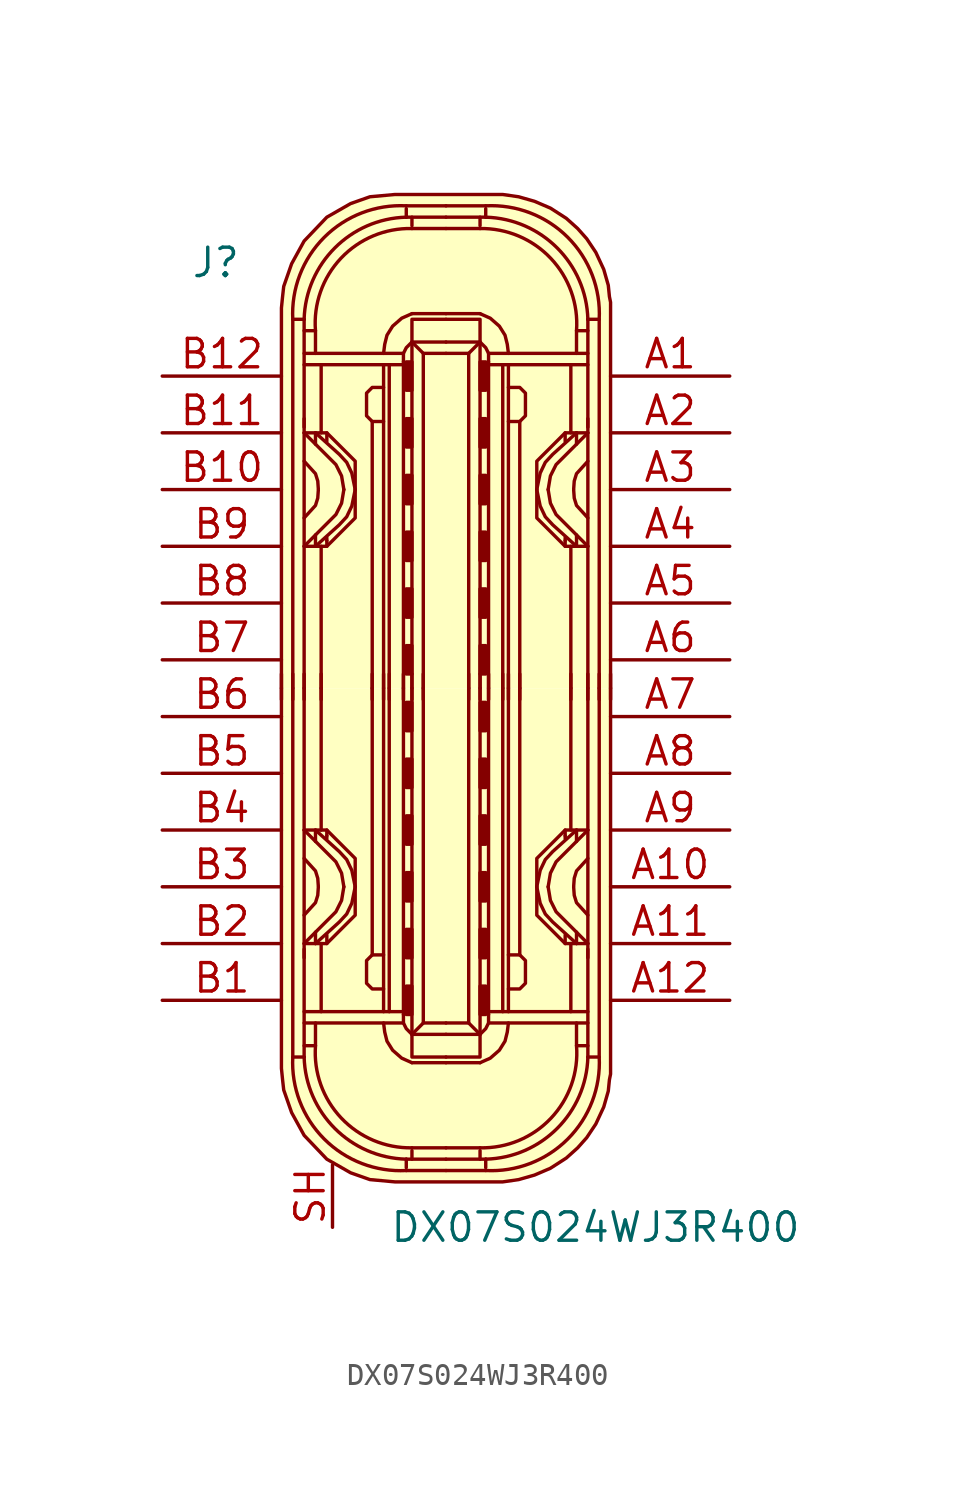
<source format=kicad_sym>
(kicad_symbol_lib
  (version 20201005)
  (generator kicad_symbol_editor)
  (symbol "DX07S024WJ3R400"
    (pin_names
      (offset 1.016))
    (property "Reference" "J"
      (at -11.43 19.05 0)
      (effects (font (size 1.27 1.27)) (justify left)))
    (property "Value" "DX07S024WJ3R400"
      (at -2.54 -24.13 0)
      (effects (font (size 1.27 1.27)) (justify left)))
    (symbol "DX07S024WJ3R400_1_1"
      (arc (start -1.778 -21.59) (end -6.858 -16.51) (radius (at -2.032 -16.764) (length 4.826) (angles -87 177)) (stroke (width 0)) (fill (type none)))
      (arc (start -6.858 16.51) (end -1.778 21.59) (radius (at -2.032 16.764) (length 4.826) (angles -177 87)) (stroke (width 0)) (fill (type none)))
      (arc (start -6.35 -16.51) (end -1.778 -21.082) (radius (at -1.651 -16.383) (length 4.699) (angles -178.5 -91.5)) (stroke (width 0)) (fill (type none)))
      (arc (start -1.778 21.082) (end -6.35 16.51) (radius (at -1.651 16.383) (length 4.699) (angles 91.5 178.5)) (stroke (width 0)) (fill (type none)))
      (arc (start -5.842 -16.002) (end -1.524 -20.574) (radius (at -1.6002 -16.3322) (length 4.2672) (angles 175.5 -89)) (stroke (width 0)) (fill (type none)))
      (arc (start -1.524 20.574) (end -5.842 16.002) (radius (at -1.6002 16.3322) (length 4.2672) (angles 89 -175.5)) (stroke (width 0)) (fill (type none)))
      (arc (start 1.524 -20.574) (end 5.842 -16.002) (radius (at 1.6002 -16.3322) (length 4.2672) (angles -91 4.5)) (stroke (width 0)) (fill (type none)))
      (arc (start 5.842 16.002) (end 1.524 20.574) (radius (at 1.6002 16.3322) (length 4.2672) (angles -4.5 91)) (stroke (width 0)) (fill (type none)))
      (arc (start 1.778 -21.082) (end 6.35 -16.51) (radius (at 1.651 -16.383) (length 4.699) (angles -88.5 -1.5)) (stroke (width 0)) (fill (type none)))
      (arc (start 6.35 16.51) (end 1.778 21.082) (radius (at 1.651 16.383) (length 4.699) (angles 1.5 88.5)) (stroke (width 0)) (fill (type none)))
      (arc (start 6.858 -16.51) (end 1.778 -21.59) (radius (at 2.032 -16.764) (length 4.826) (angles 3 -93)) (stroke (width 0)) (fill (type none)))
      (arc (start 1.778 21.59) (end 6.858 16.51) (radius (at 2.032 16.764) (length 4.826) (angles 93 -3)) (stroke (width 0)) (fill (type none)))
      (rectangle (start -1.778 -14.605) (end -1.524 -13.335) (stroke (width 0)) (fill (type outline)))
      (rectangle (start -1.778 -12.065) (end -1.524 -10.795) (stroke (width 0)) (fill (type outline)))
      (rectangle (start -1.778 -9.525) (end -1.524 -8.255) (stroke (width 0)) (fill (type outline)))
      (rectangle (start -1.778 -6.985) (end -1.524 -5.715) (stroke (width 0)) (fill (type outline)))
      (rectangle (start -1.778 -4.445) (end -1.524 -3.175) (stroke (width 0)) (fill (type outline)))
      (rectangle (start -1.778 -1.905) (end -1.524 -0.635) (stroke (width 0)) (fill (type outline)))
      (rectangle (start -1.778 1.905) (end -1.524 0.635) (stroke (width 0)) (fill (type outline)))
      (rectangle (start -1.778 4.445) (end -1.524 3.175) (stroke (width 0)) (fill (type outline)))
      (rectangle (start -1.778 6.985) (end -1.524 5.715) (stroke (width 0)) (fill (type outline)))
      (rectangle (start -1.778 9.525) (end -1.524 8.255) (stroke (width 0)) (fill (type outline)))
      (rectangle (start -1.778 12.065) (end -1.524 10.795) (stroke (width 0)) (fill (type outline)))
      (rectangle (start -1.778 14.605) (end -1.524 13.335) (stroke (width 0)) (fill (type outline)))
      (rectangle (start 1.778 -14.605) (end 1.524 -13.335) (stroke (width 0)) (fill (type outline)))
      (rectangle (start 1.778 -12.065) (end 1.524 -10.795) (stroke (width 0)) (fill (type outline)))
      (rectangle (start 1.778 -9.525) (end 1.524 -8.255) (stroke (width 0)) (fill (type outline)))
      (rectangle (start 1.778 -6.985) (end 1.524 -5.715) (stroke (width 0)) (fill (type outline)))
      (rectangle (start 1.778 -4.445) (end 1.524 -3.175) (stroke (width 0)) (fill (type outline)))
      (rectangle (start 1.778 -1.905) (end 1.524 -0.635) (stroke (width 0)) (fill (type outline)))
      (rectangle (start 1.778 1.905) (end 1.524 0.635) (stroke (width 0)) (fill (type outline)))
      (rectangle (start 1.778 4.445) (end 1.524 3.175) (stroke (width 0)) (fill (type outline)))
      (rectangle (start 1.778 6.985) (end 1.524 5.715) (stroke (width 0)) (fill (type outline)))
      (rectangle (start 1.778 9.525) (end 1.524 8.255) (stroke (width 0)) (fill (type outline)))
      (rectangle (start 1.778 12.065) (end 1.524 10.795) (stroke (width 0)) (fill (type outline)))
      (rectangle (start 1.778 14.605) (end 1.524 13.335) (stroke (width 0)) (fill (type outline)))
      (polyline (pts (xy -7.366 -0.508) (xy -7.366 0.635)) (stroke (width 0)) (fill (type none)))
      (polyline (pts (xy -6.858 -0.508) (xy -6.858 0.635)) (stroke (width 0)) (fill (type none)))
      (polyline (pts (xy -6.35 -14.986) (xy -1.905 -14.986)) (stroke (width 0)) (fill (type none)))
      (polyline (pts (xy -6.35 -12.065) (xy -6.35 0)) (stroke (width 0)) (fill (type none)))
      (polyline (pts (xy -6.35 -0.508) (xy -6.35 0.635)) (stroke (width 0)) (fill (type none)))
      (polyline (pts (xy -6.35 12.065) (xy -6.35 0)) (stroke (width 0)) (fill (type none)))
      (polyline (pts (xy -6.35 14.986) (xy -1.905 14.986)) (stroke (width 0)) (fill (type none)))
      (polyline (pts (xy -5.842 -11.43) (xy -5.842 -10.922)) (stroke (width 0)) (fill (type none)))
      (polyline (pts (xy -5.842 -6.35) (xy -5.842 -6.858)) (stroke (width 0)) (fill (type none)))
      (polyline (pts (xy -5.842 6.35) (xy -5.842 6.858)) (stroke (width 0)) (fill (type none)))
      (polyline (pts (xy -5.842 11.43) (xy -5.842 10.922)) (stroke (width 0)) (fill (type none)))
      (polyline (pts (xy -5.588 -14.478) (xy -5.588 -11.43)) (stroke (width 0)) (fill (type none)))
      (polyline (pts (xy -5.588 -6.35) (xy -5.588 0)) (stroke (width 0)) (fill (type none)))
      (polyline (pts (xy -5.588 -0.508) (xy -5.588 0.635)) (stroke (width 0)) (fill (type none)))
      (polyline (pts (xy -5.588 6.35) (xy -5.588 0)) (stroke (width 0)) (fill (type none)))
      (polyline (pts (xy -5.588 14.478) (xy -5.588 11.43)) (stroke (width 0)) (fill (type none)))
      (polyline (pts (xy -5.334 -11.43) (xy -5.334 -11.049)) (stroke (width 0)) (fill (type none)))
      (polyline (pts (xy -5.334 -6.604) (xy -5.334 -6.731)) (stroke (width 0)) (fill (type none)))
      (polyline (pts (xy -5.334 -6.35) (xy -5.334 -6.604)) (stroke (width 0)) (fill (type none)))
      (polyline (pts (xy -5.334 6.35) (xy -5.334 6.604)) (stroke (width 0)) (fill (type none)))
      (polyline (pts (xy -5.334 6.604) (xy -5.334 6.731)) (stroke (width 0)) (fill (type none)))
      (polyline (pts (xy -5.334 11.43) (xy -5.334 11.049)) (stroke (width 0)) (fill (type none)))
      (polyline (pts (xy -3.302 -0.508) (xy -3.302 0.635)) (stroke (width 0)) (fill (type none)))
      (polyline (pts (xy -3.302 0) (xy -3.302 -11.938)) (stroke (width 0)) (fill (type none)))
      (polyline (pts (xy -3.302 0) (xy -3.302 11.938)) (stroke (width 0)) (fill (type none)))
      (polyline (pts (xy -2.794 -0.508) (xy -2.794 0.635)) (stroke (width 0)) (fill (type none)))
      (polyline (pts (xy -2.794 0) (xy -2.794 -14.478)) (stroke (width 0)) (fill (type none)))
      (polyline (pts (xy -2.794 0) (xy -2.794 14.478)) (stroke (width 0)) (fill (type none)))
      (polyline (pts (xy -2.54 -14.478) (xy -2.54 0)) (stroke (width 0)) (fill (type none)))
      (polyline (pts (xy -2.54 -0.508) (xy -2.54 0.635)) (stroke (width 0)) (fill (type none)))
      (polyline (pts (xy -2.54 14.478) (xy -2.54 0)) (stroke (width 0)) (fill (type none)))
      (polyline (pts (xy -1.905 -14.478) (xy -6.35 -14.478)) (stroke (width 0)) (fill (type none)))
      (polyline (pts (xy -1.905 -0.508) (xy -1.905 0.635)) (stroke (width 0)) (fill (type none)))
      (polyline (pts (xy -1.905 0) (xy -1.905 -14.605)) (stroke (width 0)) (fill (type none)))
      (polyline (pts (xy -1.905 0) (xy -1.905 14.605)) (stroke (width 0)) (fill (type none)))
      (polyline (pts (xy -1.905 14.478) (xy -6.35 14.478)) (stroke (width 0)) (fill (type none)))
      (polyline (pts (xy -1.778 -21.59) (xy 0 -21.59)) (stroke (width 0)) (fill (type background)))
      (polyline (pts (xy -1.778 -21.082) (xy -1.778 -21.463)) (stroke (width 0)) (fill (type none)))
      (polyline (pts (xy -1.778 -21.082) (xy 0 -21.082)) (stroke (width 0)) (fill (type none)))
      (polyline (pts (xy -1.778 21.082) (xy -1.778 21.463)) (stroke (width 0)) (fill (type none)))
      (polyline (pts (xy -1.778 21.082) (xy 0 21.082)) (stroke (width 0)) (fill (type none)))
      (polyline (pts (xy -1.778 21.59) (xy 0 21.59)) (stroke (width 0)) (fill (type background)))
      (polyline (pts (xy -1.524 -20.701) (xy -1.524 -21.082)) (stroke (width 0)) (fill (type none)))
      (polyline (pts (xy -1.524 -20.574) (xy 0 -20.574)) (stroke (width 0)) (fill (type none)))
      (polyline (pts (xy -1.524 -0.508) (xy -1.524 0.635)) (stroke (width 0)) (fill (type none)))
      (polyline (pts (xy -1.524 20.574) (xy 0 20.574)) (stroke (width 0)) (fill (type none)))
      (polyline (pts (xy -1.524 20.701) (xy -1.524 21.082)) (stroke (width 0)) (fill (type none)))
      (polyline (pts (xy -1.016 -14.986) (xy -1.524 -15.494)) (stroke (width 0)) (fill (type none)))
      (polyline (pts (xy -1.016 -0.508) (xy -1.016 0.635)) (stroke (width 0)) (fill (type none)))
      (polyline (pts (xy -1.016 14.986) (xy -1.524 15.494)) (stroke (width 0)) (fill (type none)))
      (polyline (pts (xy 0 -16.764) (xy -1.524 -16.764)) (stroke (width 0)) (fill (type none)))
      (polyline (pts (xy 0 -16.764) (xy 1.524 -16.764)) (stroke (width 0)) (fill (type none)))
      (polyline (pts (xy 0 16.764) (xy -1.524 16.764)) (stroke (width 0)) (fill (type none)))
      (polyline (pts (xy 0 16.764) (xy 1.524 16.764)) (stroke (width 0)) (fill (type none)))
      (polyline (pts (xy 1.016 -14.986) (xy 1.524 -15.494)) (stroke (width 0)) (fill (type none)))
      (polyline (pts (xy 1.016 -0.508) (xy 1.016 0.635)) (stroke (width 0)) (fill (type none)))
      (polyline (pts (xy 1.016 14.986) (xy 1.524 15.494)) (stroke (width 0)) (fill (type none)))
      (polyline (pts (xy 1.524 -20.701) (xy 1.524 -21.082)) (stroke (width 0)) (fill (type none)))
      (polyline (pts (xy 1.524 -20.574) (xy 0 -20.574)) (stroke (width 0)) (fill (type none)))
      (polyline (pts (xy 1.524 -0.508) (xy 1.524 0.635)) (stroke (width 0)) (fill (type none)))
      (polyline (pts (xy 1.524 20.574) (xy 0 20.574)) (stroke (width 0)) (fill (type none)))
      (polyline (pts (xy 1.524 20.701) (xy 1.524 21.082)) (stroke (width 0)) (fill (type none)))
      (polyline (pts (xy 1.778 -21.59) (xy 0 -21.59)) (stroke (width 0)) (fill (type background)))
      (polyline (pts (xy 1.778 -21.082) (xy 0 -21.082)) (stroke (width 0)) (fill (type none)))
      (polyline (pts (xy 1.778 -21.082) (xy 1.778 -21.463)) (stroke (width 0)) (fill (type none)))
      (polyline (pts (xy 1.778 21.082) (xy 0 21.082)) (stroke (width 0)) (fill (type none)))
      (polyline (pts (xy 1.778 21.082) (xy 1.778 21.463)) (stroke (width 0)) (fill (type none)))
      (polyline (pts (xy 1.778 21.59) (xy 0 21.59)) (stroke (width 0)) (fill (type background)))
      (polyline (pts (xy 1.905 -14.478) (xy 6.35 -14.478)) (stroke (width 0)) (fill (type none)))
      (polyline (pts (xy 1.905 -0.508) (xy 1.905 0.635)) (stroke (width 0)) (fill (type none)))
      (polyline (pts (xy 1.905 0) (xy 1.905 -14.605)) (stroke (width 0)) (fill (type none)))
      (polyline (pts (xy 1.905 0) (xy 1.905 14.605)) (stroke (width 0)) (fill (type none)))
      (polyline (pts (xy 1.905 14.478) (xy 6.35 14.478)) (stroke (width 0)) (fill (type none)))
      (polyline (pts (xy 2.54 -14.478) (xy 2.54 0)) (stroke (width 0)) (fill (type none)))
      (polyline (pts (xy 2.54 -0.508) (xy 2.54 0.635)) (stroke (width 0)) (fill (type none)))
      (polyline (pts (xy 2.54 14.478) (xy 2.54 0)) (stroke (width 0)) (fill (type none)))
      (polyline (pts (xy 2.794 -0.508) (xy 2.794 0.635)) (stroke (width 0)) (fill (type none)))
      (polyline (pts (xy 2.794 0) (xy 2.794 -14.478)) (stroke (width 0)) (fill (type none)))
      (polyline (pts (xy 2.794 0) (xy 2.794 14.478)) (stroke (width 0)) (fill (type none)))
      (polyline (pts (xy 3.302 -0.508) (xy 3.302 0.635)) (stroke (width 0)) (fill (type none)))
      (polyline (pts (xy 3.302 0) (xy 3.302 -11.938)) (stroke (width 0)) (fill (type none)))
      (polyline (pts (xy 3.302 0) (xy 3.302 11.938)) (stroke (width 0)) (fill (type none)))
      (polyline (pts (xy 5.334 -11.43) (xy 5.334 -11.049)) (stroke (width 0)) (fill (type none)))
      (polyline (pts (xy 5.334 -6.604) (xy 5.334 -6.731)) (stroke (width 0)) (fill (type none)))
      (polyline (pts (xy 5.334 -6.35) (xy 5.334 -6.604)) (stroke (width 0)) (fill (type none)))
      (polyline (pts (xy 5.334 6.35) (xy 5.334 6.604)) (stroke (width 0)) (fill (type none)))
      (polyline (pts (xy 5.334 6.604) (xy 5.334 6.731)) (stroke (width 0)) (fill (type none)))
      (polyline (pts (xy 5.334 11.43) (xy 5.334 11.049)) (stroke (width 0)) (fill (type none)))
      (polyline (pts (xy 5.588 -14.478) (xy 5.588 -11.43)) (stroke (width 0)) (fill (type none)))
      (polyline (pts (xy 5.588 -6.35) (xy 5.588 0)) (stroke (width 0)) (fill (type none)))
      (polyline (pts (xy 5.588 -0.508) (xy 5.588 0.635)) (stroke (width 0)) (fill (type none)))
      (polyline (pts (xy 5.588 6.35) (xy 5.588 0)) (stroke (width 0)) (fill (type none)))
      (polyline (pts (xy 5.588 14.478) (xy 5.588 11.43)) (stroke (width 0)) (fill (type none)))
      (polyline (pts (xy 5.842 -11.43) (xy 5.842 -10.922)) (stroke (width 0)) (fill (type none)))
      (polyline (pts (xy 5.842 -6.35) (xy 5.842 -6.858)) (stroke (width 0)) (fill (type none)))
      (polyline (pts (xy 5.842 6.35) (xy 5.842 6.858)) (stroke (width 0)) (fill (type none)))
      (polyline (pts (xy 5.842 11.43) (xy 5.842 10.922)) (stroke (width 0)) (fill (type none)))
      (polyline (pts (xy 6.35 -14.986) (xy 1.905 -14.986)) (stroke (width 0)) (fill (type none)))
      (polyline (pts (xy 6.35 -12.065) (xy 6.35 0)) (stroke (width 0)) (fill (type none)))
      (polyline (pts (xy 6.35 -0.508) (xy 6.35 0.635)) (stroke (width 0)) (fill (type none)))
      (polyline (pts (xy 6.35 12.065) (xy 6.35 0)) (stroke (width 0)) (fill (type none)))
      (polyline (pts (xy 6.35 14.986) (xy 1.905 14.986)) (stroke (width 0)) (fill (type none)))
      (polyline (pts (xy 6.858 -0.508) (xy 6.858 0.635)) (stroke (width 0)) (fill (type none)))
      (polyline (pts (xy 7.366 -0.508) (xy 7.366 0.635)) (stroke (width 0)) (fill (type none)))
      (polyline (pts (xy -6.35 -16.51) (xy -6.858 -16.51) (xy -6.858 0)) (stroke (width 0)) (fill (type none)))
      (polyline (pts (xy -6.35 -11.684) (xy -6.35 -15.875) (xy -6.35 -16.51)) (stroke (width 0)) (fill (type none)))
      (polyline (pts (xy -6.35 11.684) (xy -6.35 15.875) (xy -6.35 16.51)) (stroke (width 0)) (fill (type none)))
      (polyline (pts (xy -6.35 16.51) (xy -6.858 16.51) (xy -6.858 0)) (stroke (width 0)) (fill (type none)))
      (polyline (pts (xy -5.842 -14.986) (xy -5.842 -16.002) (xy -6.35 -16.002)) (stroke (width 0)) (fill (type none)))
      (polyline (pts (xy -5.842 14.986) (xy -5.842 16.002) (xy -6.35 16.002)) (stroke (width 0)) (fill (type none)))
      (polyline (pts (xy -1.524 0) (xy -1.524 -15.494) (xy 0 -15.494)) (stroke (width 0)) (fill (type none)))
      (polyline (pts (xy -1.524 0) (xy -1.524 15.494) (xy 0 15.494)) (stroke (width 0)) (fill (type none)))
      (polyline (pts (xy -1.016 0) (xy -1.016 -14.986) (xy 0 -14.986)) (stroke (width 0)) (fill (type none)))
      (polyline (pts (xy -1.016 0) (xy -1.016 14.986) (xy 0 14.986)) (stroke (width 0)) (fill (type none)))
      (polyline (pts (xy 1.016 0) (xy 1.016 -14.986) (xy 0 -14.986)) (stroke (width 0)) (fill (type none)))
      (polyline (pts (xy 1.016 0) (xy 1.016 14.986) (xy 0 14.986)) (stroke (width 0)) (fill (type none)))
      (polyline (pts (xy 1.524 0) (xy 1.524 -15.494) (xy 0 -15.494)) (stroke (width 0)) (fill (type none)))
      (polyline (pts (xy 1.524 0) (xy 1.524 15.494) (xy 0 15.494)) (stroke (width 0)) (fill (type none)))
      (polyline (pts (xy 5.842 -14.986) (xy 5.842 -16.002) (xy 6.35 -16.002)) (stroke (width 0)) (fill (type none)))
      (polyline (pts (xy 5.842 14.986) (xy 5.842 16.002) (xy 6.35 16.002)) (stroke (width 0)) (fill (type none)))
      (polyline (pts (xy 6.35 -16.51) (xy 6.858 -16.51) (xy 6.858 0)) (stroke (width 0)) (fill (type none)))
      (polyline (pts (xy 6.35 -11.684) (xy 6.35 -15.875) (xy 6.35 -16.51)) (stroke (width 0)) (fill (type none)))
      (polyline (pts (xy 6.35 11.684) (xy 6.35 15.875) (xy 6.35 16.51)) (stroke (width 0)) (fill (type none)))
      (polyline (pts (xy 6.35 16.51) (xy 6.858 16.51) (xy 6.858 0)) (stroke (width 0)) (fill (type none)))
      (polyline (pts (xy -6.35 -11.43) (xy -4.928 -10.008) (xy -4.674 -9.5) (xy -4.572 -8.89)) (stroke (width 0)) (fill (type none)))
      (polyline (pts (xy -6.35 -10.16) (xy -5.842 -9.601) (xy -5.74 -9.271) (xy -5.715 -8.915)) (stroke (width 0)) (fill (type none)))
      (polyline (pts (xy -6.35 -7.62) (xy -5.842 -8.179) (xy -5.74 -8.509) (xy -5.715 -8.865)) (stroke (width 0)) (fill (type none)))
      (polyline (pts (xy -6.35 -6.35) (xy -4.928 -7.772) (xy -4.674 -8.28) (xy -4.572 -8.89)) (stroke (width 0)) (fill (type none)))
      (polyline (pts (xy -6.35 6.35) (xy -4.928 7.772) (xy -4.674 8.28) (xy -4.572 8.89)) (stroke (width 0)) (fill (type none)))
      (polyline (pts (xy -6.35 7.62) (xy -5.842 8.179) (xy -5.74 8.509) (xy -5.715 8.865)) (stroke (width 0)) (fill (type none)))
      (polyline (pts (xy -6.35 10.16) (xy -5.842 9.601) (xy -5.74 9.271) (xy -5.715 8.915)) (stroke (width 0)) (fill (type none)))
      (polyline (pts (xy -6.35 11.43) (xy -4.928 10.008) (xy -4.674 9.5) (xy -4.572 8.89)) (stroke (width 0)) (fill (type none)))
      (polyline (pts (xy -1.905 -14.605) (xy -1.905 -14.986) (xy -1.778 -15.24) (xy -1.524 -15.494)) (stroke (width 0)) (fill (type none)))
      (polyline (pts (xy -1.905 14.605) (xy -1.905 14.986) (xy -1.778 15.24) (xy -1.524 15.494)) (stroke (width 0)) (fill (type none)))
      (polyline (pts (xy 0 -16.51) (xy -1.397 -16.51) (xy -1.524 -16.51) (xy -1.524 -15.494)) (stroke (width 0)) (fill (type none)))
      (polyline (pts (xy 0 -16.51) (xy 1.397 -16.51) (xy 1.524 -16.51) (xy 1.524 -15.494)) (stroke (width 0)) (fill (type none)))
      (polyline (pts (xy 0 16.51) (xy -1.397 16.51) (xy -1.524 16.51) (xy -1.524 15.494)) (stroke (width 0)) (fill (type none)))
      (polyline (pts (xy 0 16.51) (xy 1.397 16.51) (xy 1.524 16.51) (xy 1.524 15.494)) (stroke (width 0)) (fill (type none)))
      (polyline (pts (xy 1.905 -14.605) (xy 1.905 -14.986) (xy 1.778 -15.24) (xy 1.524 -15.494)) (stroke (width 0)) (fill (type none)))
      (polyline (pts (xy 1.905 14.605) (xy 1.905 14.986) (xy 1.778 15.24) (xy 1.524 15.494)) (stroke (width 0)) (fill (type none)))
      (polyline (pts (xy 6.35 -11.43) (xy 4.928 -10.008) (xy 4.674 -9.5) (xy 4.572 -8.89)) (stroke (width 0)) (fill (type none)))
      (polyline (pts (xy 6.35 -10.16) (xy 5.842 -9.601) (xy 5.74 -9.271) (xy 5.715 -8.915)) (stroke (width 0)) (fill (type none)))
      (polyline (pts (xy 6.35 -7.62) (xy 5.842 -8.179) (xy 5.74 -8.509) (xy 5.715 -8.865)) (stroke (width 0)) (fill (type none)))
      (polyline (pts (xy 6.35 -6.35) (xy 4.928 -7.772) (xy 4.674 -8.28) (xy 4.572 -8.89)) (stroke (width 0)) (fill (type none)))
      (polyline (pts (xy 6.35 6.35) (xy 4.928 7.772) (xy 4.674 8.28) (xy 4.572 8.89)) (stroke (width 0)) (fill (type none)))
      (polyline (pts (xy 6.35 7.62) (xy 5.842 8.179) (xy 5.74 8.509) (xy 5.715 8.865)) (stroke (width 0)) (fill (type none)))
      (polyline (pts (xy 6.35 10.16) (xy 5.842 9.601) (xy 5.74 9.271) (xy 5.715 8.915)) (stroke (width 0)) (fill (type none)))
      (polyline (pts (xy 6.35 11.43) (xy 4.928 10.008) (xy 4.674 9.5) (xy 4.572 8.89)) (stroke (width 0)) (fill (type none)))
      (polyline (pts (xy -5.842 -11.43) (xy -4.775 -10.465) (xy -4.445 -10.109) (xy -4.216 -9.627) (xy -4.064 -8.89)) (stroke (width 0)) (fill (type none)))
      (polyline (pts (xy -5.842 -6.35) (xy -4.775 -7.315) (xy -4.445 -7.671) (xy -4.216 -8.153) (xy -4.064 -8.89)) (stroke (width 0)) (fill (type none)))
      (polyline (pts (xy -5.842 6.35) (xy -4.775 7.315) (xy -4.445 7.671) (xy -4.216 8.153) (xy -4.064 8.89)) (stroke (width 0)) (fill (type none)))
      (polyline (pts (xy -5.842 11.43) (xy -4.775 10.465) (xy -4.445 10.109) (xy -4.216 9.627) (xy -4.064 8.89)) (stroke (width 0)) (fill (type none)))
      (polyline (pts (xy 5.842 -11.43) (xy 4.775 -10.465) (xy 4.445 -10.109) (xy 4.216 -9.627) (xy 4.064 -8.89)) (stroke (width 0)) (fill (type none)))
      (polyline (pts (xy 5.842 -6.35) (xy 4.775 -7.315) (xy 4.445 -7.671) (xy 4.216 -8.153) (xy 4.064 -8.89)) (stroke (width 0)) (fill (type none)))
      (polyline (pts (xy 5.842 6.35) (xy 4.775 7.315) (xy 4.445 7.671) (xy 4.216 8.153) (xy 4.064 8.89)) (stroke (width 0)) (fill (type none)))
      (polyline (pts (xy 5.842 11.43) (xy 4.775 10.465) (xy 4.445 10.109) (xy 4.216 9.627) (xy 4.064 8.89)) (stroke (width 0)) (fill (type none)))
      (polyline (pts (xy -6.35 -11.43) (xy -5.334 -11.43) (xy -4.064 -10.16) (xy -4.064 -7.62) (xy -5.334 -6.35) (xy -6.35 -6.35)) (stroke (width 0)) (fill (type none)))
      (polyline (pts (xy -6.35 11.43) (xy -5.334 11.43) (xy -4.064 10.16) (xy -4.064 7.62) (xy -5.334 6.35) (xy -6.35 6.35)) (stroke (width 0)) (fill (type none)))
      (polyline (pts (xy -2.794 -14.986) (xy -2.743 -15.392) (xy -2.642 -15.799) (xy -2.388 -16.205) (xy -1.981 -16.561) (xy -1.524 -16.764)) (stroke (width 0)) (fill (type none)))
      (polyline (pts (xy -2.794 -13.462) (xy -3.302 -13.462) (xy -3.556 -13.208) (xy -3.556 -12.192) (xy -3.302 -11.938) (xy -2.794 -11.938)) (stroke (width 0)) (fill (type none)))
      (polyline (pts (xy -2.794 13.462) (xy -3.302 13.462) (xy -3.556 13.208) (xy -3.556 12.192) (xy -3.302 11.938) (xy -2.794 11.938)) (stroke (width 0)) (fill (type none)))
      (polyline (pts (xy -2.794 14.986) (xy -2.743 15.392) (xy -2.642 15.799) (xy -2.388 16.205) (xy -1.981 16.561) (xy -1.524 16.764)) (stroke (width 0)) (fill (type none)))
      (polyline (pts (xy 2.794 -14.986) (xy 2.743 -15.392) (xy 2.642 -15.799) (xy 2.388 -16.205) (xy 1.981 -16.561) (xy 1.524 -16.764)) (stroke (width 0)) (fill (type none)))
      (polyline (pts (xy 2.794 -13.462) (xy 3.302 -13.462) (xy 3.556 -13.208) (xy 3.556 -12.192) (xy 3.302 -11.938) (xy 2.794 -11.938)) (stroke (width 0)) (fill (type none)))
      (polyline (pts (xy 2.794 13.462) (xy 3.302 13.462) (xy 3.556 13.208) (xy 3.556 12.192) (xy 3.302 11.938) (xy 2.794 11.938)) (stroke (width 0)) (fill (type none)))
      (polyline (pts (xy 2.794 14.986) (xy 2.743 15.392) (xy 2.642 15.799) (xy 2.388 16.205) (xy 1.981 16.561) (xy 1.524 16.764)) (stroke (width 0)) (fill (type none)))
      (polyline (pts (xy 6.35 -11.43) (xy 5.334 -11.43) (xy 4.064 -10.16) (xy 4.064 -7.62) (xy 5.334 -6.35) (xy 6.35 -6.35)) (stroke (width 0)) (fill (type none)))
      (polyline (pts (xy 6.35 11.43) (xy 5.334 11.43) (xy 4.064 10.16) (xy 4.064 7.62) (xy 5.334 6.35) (xy 6.35 6.35)) (stroke (width 0)) (fill (type none)))
      (polyline (pts (xy 7.366 0) (xy 7.366 -17.018) (xy 7.366 -17.272) (xy 7.315 -17.526) (xy 7.264 -18.034) (xy 7.061 -18.745) (xy 6.706 -19.507) (xy 6.299 -20.117) (xy 5.893 -20.574) (xy 5.385 -21.031) (xy 4.674 -21.488) (xy 3.962 -21.793) (xy 3.251 -21.996) (xy 2.54 -22.098) (xy -2.286 -22.098) (xy -3.404 -21.996) (xy -4.267 -21.692) (xy -5.334 -21.082) (xy -6.35 -20.015) (xy -6.909 -18.999) (xy -7.264 -17.983) (xy -7.315 -17.526) (xy -7.366 -17.018) (xy -7.366 0)) (stroke (width 0)) (fill (type background)))
      (polyline (pts (xy 7.366 0) (xy 7.366 17.018) (xy 7.366 17.272) (xy 7.315 17.526) (xy 7.264 18.034) (xy 7.061 18.745) (xy 6.706 19.507) (xy 6.299 20.117) (xy 5.893 20.574) (xy 5.385 21.031) (xy 4.674 21.488) (xy 3.962 21.793) (xy 3.251 21.996) (xy 2.54 22.098) (xy -2.286 22.098) (xy -3.404 21.996) (xy -4.267 21.692) (xy -5.334 21.082) (xy -6.35 20.015) (xy -6.909 18.999) (xy -7.264 17.983) (xy -7.315 17.526) (xy -7.366 17.018) (xy -7.366 0)) (stroke (width 0)) (fill (type background)))
      (pin passive line (at 12.7 13.97 180) (length 5.334) (name "~" (effects (font (size 1.27 1.27)))) (number "A1" (effects (font (size 1.27 1.27)))))
      (pin passive line (at 12.7 -8.89 180) (length 5.334) (name "~" (effects (font (size 1.27 1.27)))) (number "A10" (effects (font (size 1.27 1.27)))))
      (pin passive line (at 12.7 -11.43 180) (length 5.334) (name "~" (effects (font (size 1.27 1.27)))) (number "A11" (effects (font (size 1.27 1.27)))))
      (pin passive line (at 12.7 -13.97 180) (length 5.334) (name "~" (effects (font (size 1.27 1.27)))) (number "A12" (effects (font (size 1.27 1.27)))))
      (pin passive line (at 12.7 11.43 180) (length 5.334) (name "~" (effects (font (size 1.27 1.27)))) (number "A2" (effects (font (size 1.27 1.27)))))
      (pin passive line (at 12.7 8.89 180) (length 5.334) (name "~" (effects (font (size 1.27 1.27)))) (number "A3" (effects (font (size 1.27 1.27)))))
      (pin passive line (at 12.7 6.35 180) (length 5.334) (name "~" (effects (font (size 1.27 1.27)))) (number "A4" (effects (font (size 1.27 1.27)))))
      (pin passive line (at 12.7 3.81 180) (length 5.334) (name "~" (effects (font (size 1.27 1.27)))) (number "A5" (effects (font (size 1.27 1.27)))))
      (pin passive line (at 12.7 1.27 180) (length 5.334) (name "~" (effects (font (size 1.27 1.27)))) (number "A6" (effects (font (size 1.27 1.27)))))
      (pin passive line (at 12.7 -1.27 180) (length 5.334) (name "~" (effects (font (size 1.27 1.27)))) (number "A7" (effects (font (size 1.27 1.27)))))
      (pin passive line (at 12.7 -3.81 180) (length 5.334) (name "~" (effects (font (size 1.27 1.27)))) (number "A8" (effects (font (size 1.27 1.27)))))
      (pin passive line (at 12.7 -6.35 180) (length 5.334) (name "~" (effects (font (size 1.27 1.27)))) (number "A9" (effects (font (size 1.27 1.27)))))
      (pin passive line (at -12.7 -13.97 0) (length 5.334) (name "~" (effects (font (size 1.27 1.27)))) (number "B1" (effects (font (size 1.27 1.27)))))
      (pin passive line (at -12.7 8.89 0) (length 5.334) (name "~" (effects (font (size 1.27 1.27)))) (number "B10" (effects (font (size 1.27 1.27)))))
      (pin passive line (at -12.7 11.43 0) (length 5.334) (name "~" (effects (font (size 1.27 1.27)))) (number "B11" (effects (font (size 1.27 1.27)))))
      (pin passive line (at -12.7 13.97 0) (length 5.334) (name "~" (effects (font (size 1.27 1.27)))) (number "B12" (effects (font (size 1.27 1.27)))))
      (pin passive line (at -12.7 -11.43 0) (length 5.334) (name "~" (effects (font (size 1.27 1.27)))) (number "B2" (effects (font (size 1.27 1.27)))))
      (pin passive line (at -12.7 -8.89 0) (length 5.334) (name "~" (effects (font (size 1.27 1.27)))) (number "B3" (effects (font (size 1.27 1.27)))))
      (pin passive line (at -12.7 -6.35 0) (length 5.334) (name "~" (effects (font (size 1.27 1.27)))) (number "B4" (effects (font (size 1.27 1.27)))))
      (pin passive line (at -12.7 -3.81 0) (length 5.334) (name "~" (effects (font (size 1.27 1.27)))) (number "B5" (effects (font (size 1.27 1.27)))))
      (pin passive line (at -12.7 -1.27 0) (length 5.334) (name "~" (effects (font (size 1.27 1.27)))) (number "B6" (effects (font (size 1.27 1.27)))))
      (pin passive line (at -12.7 1.27 0) (length 5.334) (name "~" (effects (font (size 1.27 1.27)))) (number "B7" (effects (font (size 1.27 1.27)))))
      (pin passive line (at -12.7 3.81 0) (length 5.334) (name "~" (effects (font (size 1.27 1.27)))) (number "B8" (effects (font (size 1.27 1.27)))))
      (pin passive line (at -12.7 6.35 0) (length 5.334) (name "~" (effects (font (size 1.27 1.27)))) (number "B9" (effects (font (size 1.27 1.27)))))
      (pin input line (at -5.08 -24.13 90) (length 2.794) (name "~" (effects (font (size 1.27 1.27)))) (number "SH" (effects (font (size 1.27 1.27))))))))
</source>
